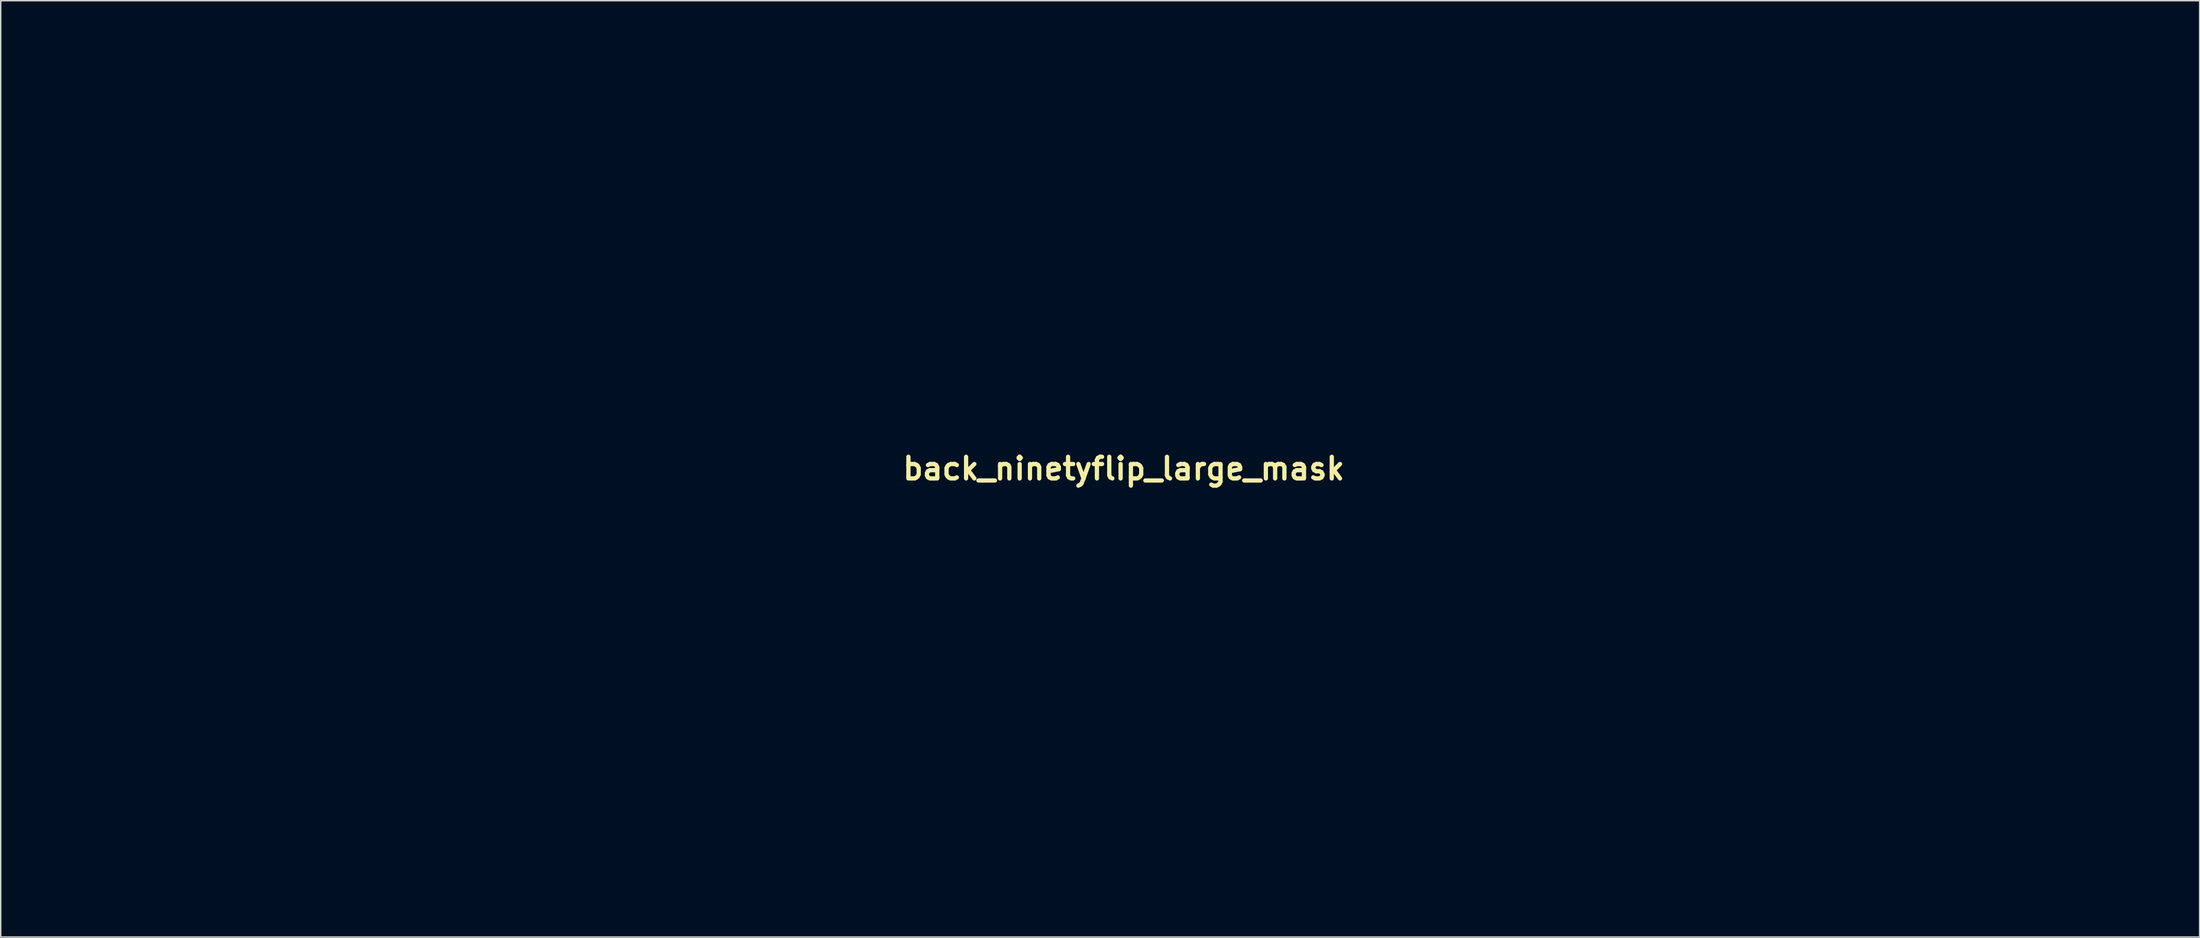
<source format=kicad_pcb>
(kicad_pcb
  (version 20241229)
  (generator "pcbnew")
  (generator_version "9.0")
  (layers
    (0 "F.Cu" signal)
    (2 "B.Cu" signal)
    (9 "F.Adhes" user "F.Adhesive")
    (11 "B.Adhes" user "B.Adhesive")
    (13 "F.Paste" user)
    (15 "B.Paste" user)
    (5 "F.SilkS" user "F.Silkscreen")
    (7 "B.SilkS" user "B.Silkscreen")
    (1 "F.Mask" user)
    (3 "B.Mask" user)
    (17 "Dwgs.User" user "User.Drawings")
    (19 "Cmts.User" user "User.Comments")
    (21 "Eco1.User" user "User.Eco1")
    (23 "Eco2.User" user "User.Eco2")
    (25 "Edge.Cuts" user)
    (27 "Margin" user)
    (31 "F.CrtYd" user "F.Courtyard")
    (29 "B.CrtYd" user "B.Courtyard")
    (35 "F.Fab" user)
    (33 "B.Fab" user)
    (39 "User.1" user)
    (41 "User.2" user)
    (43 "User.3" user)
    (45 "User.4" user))
  (footprint "back_ninetyflip_large_mask"
    (layer "F.Cu")
    (at 76.115 29.985)
    (property "Reference" "back_ninetyflip_large_mask" (at 0 0 0) (layer "F.SilkS") (effects (font (size 1.524 1.524) (thickness 0.3))))
    (attr through_hole)
    (fp_poly (pts (xy -6.618 15.383) (xy -10.911 15.383) (xy -10.911 2.683) (xy -6.618 2.683)) (stroke (width 0) (type solid)) (fill yes) (layer "F.Mask"))
    (fp_poly (pts (xy 59.654 0.626) (xy 57.4 0.733) (xy 57.454 -0.304) (xy 57.508 -1.342) (xy 59.654 -1.342)) (stroke (width 0) (type solid)) (fill yes) (layer "F.Mask"))
    (fp_poly (pts (xy -8.81 -1.57) (xy -6.529 -1.52) (xy -6.529 1.163) (xy -8.81 1.213) (xy -11.09 1.263) (xy -11.09 -1.621)) (stroke (width 0) (type solid)) (fill yes) (layer "F.Mask"))
    (fp_poly (pts (xy 33.212 19.624) (xy 33.27 19.855) (xy 33.144 20.154) (xy 32.913 20.213) (xy 32.614 20.086) (xy 32.555 19.855) (xy 32.681 19.556) (xy 32.913 19.497)) (stroke (width 0) (type solid)) (fill yes) (layer "F.Mask"))
    (fp_poly (pts (xy 59.565 15.383) (xy 58.575 15.383) (xy 57.919 15.342) (xy 57.554 15.224) (xy 57.5 15.158) (xy 57.48 14.931) (xy 57.465 14.39) (xy 57.455 13.578) (xy 57.45 12.539) (xy 57.449 11.315) (xy 57.454 9.952) (xy 57.461 8.942) (xy 57.508 2.951) (xy 58.536 2.898) (xy 59.565 2.844)) (stroke (width 0) (type solid)) (fill yes) (layer "F.Mask"))
    (fp_poly (pts (xy 33.061 20.949) (xy 33.162 21.048) (xy 33.224 21.286) (xy 33.256 21.719) (xy 33.269 22.406) (xy 33.27 23.164) (xy 33.267 24.092) (xy 33.251 24.72) (xy 33.213 25.107) (xy 33.144 25.31) (xy 33.034 25.389) (xy 32.913 25.4) (xy 32.764 25.38) (xy 32.664 25.28) (xy 32.602 25.042) (xy 32.569 24.609) (xy 32.557 23.922) (xy 32.555 23.164) (xy 32.558 22.236) (xy 32.574 21.608) (xy 32.612 21.221) (xy 32.681 21.018) (xy 32.791 20.94) (xy 32.913 20.928)) (stroke (width 0) (type solid)) (fill yes) (layer "F.Mask"))
    (fp_poly (pts (xy 52.231 15.383) (xy 51.277 15.383) (xy 50.72 15.362) (xy 50.321 15.309) (xy 50.204 15.264) (xy 50.179 15.066) (xy 50.157 14.546) (xy 50.136 13.741) (xy 50.119 12.685) (xy 50.104 11.416) (xy 50.093 9.968) (xy 50.086 8.379) (xy 50.085 6.893) (xy 50.087 4.819) (xy 50.095 3.081) (xy 50.108 1.657) (xy 50.129 0.522) (xy 50.156 -0.343) (xy 50.191 -0.963) (xy 50.233 -1.359) (xy 50.285 -1.554) (xy 50.299 -1.574) (xy 50.596 -1.702) (xy 51.102 -1.779) (xy 51.372 -1.789) (xy 52.231 -1.789)) (stroke (width 0) (type solid)) (fill yes) (layer "F.Mask"))
    (fp_poly (pts (xy 41.987 19.334) (xy 42.081 19.415) (xy 42.145 19.612) (xy 42.184 19.973) (xy 42.205 20.549) (xy 42.213 21.391) (xy 42.214 22.359) (xy 42.212 23.467) (xy 42.203 24.267) (xy 42.18 24.81) (xy 42.137 25.144) (xy 42.069 25.321) (xy 41.97 25.389) (xy 41.856 25.4) (xy 41.726 25.384) (xy 41.632 25.303) (xy 41.568 25.107) (xy 41.529 24.745) (xy 41.508 24.169) (xy 41.5 23.327) (xy 41.499 22.359) (xy 41.5 21.251) (xy 41.51 20.451) (xy 41.533 19.909) (xy 41.576 19.574) (xy 41.643 19.398) (xy 41.742 19.329) (xy 41.856 19.318)) (stroke (width 0) (type solid)) (fill yes) (layer "F.Mask"))
    (fp_poly (pts (xy 36.414 20.942) (xy 36.721 21) (xy 36.822 21.126) (xy 36.815 21.241) (xy 36.675 21.451) (xy 36.305 21.568) (xy 35.907 21.609) (xy 35.059 21.663) (xy 35.059 24.665) (xy 35.907 24.719) (xy 36.466 24.792) (xy 36.746 24.938) (xy 36.815 25.087) (xy 36.801 25.264) (xy 36.624 25.359) (xy 36.208 25.396) (xy 35.824 25.4) (xy 35.217 25.365) (xy 34.746 25.276) (xy 34.558 25.185) (xy 34.445 24.878) (xy 34.372 24.241) (xy 34.344 23.298) (xy 34.344 23.164) (xy 34.367 22.186) (xy 34.434 21.51) (xy 34.542 21.162) (xy 34.558 21.143) (xy 34.845 21.026) (xy 35.362 20.948) (xy 35.824 20.928)) (stroke (width 0) (type solid)) (fill yes) (layer "F.Mask"))
    (fp_poly (pts (xy 44.37 -1.572) (xy 46.06 -1.52) (xy 46.06 0.268) (xy 44.718 0.358) (xy 43.377 0.447) (xy 43.271 2.847) (xy 44.666 2.899) (xy 46.06 2.951) (xy 46.06 4.561) (xy 44.676 4.613) (xy 43.293 4.666) (xy 43.245 9.98) (xy 43.198 15.294) (xy 42.169 15.347) (xy 41.141 15.401) (xy 41.141 4.83) (xy 40.56 4.827) (xy 39.967 4.766) (xy 39.653 4.544) (xy 39.553 4.091) (xy 39.564 3.739) (xy 39.62 2.951) (xy 40.381 2.896) (xy 41.141 2.841) (xy 41.141 1.322) (xy 41.183 0.255) (xy 41.337 -0.525) (xy 41.65 -1.059) (xy 42.164 -1.386) (xy 42.926 -1.547) (xy 43.979 -1.581)) (stroke (width 0) (type solid)) (fill yes) (layer "F.Mask"))
    (fp_poly (pts (xy -38.861 -12.297) (xy -35.508 -8.944) (xy -44.447 0) (xy -39.978 4.472) (xy -35.508 8.944) (xy -38.861 12.297) (xy -42.213 15.649) (xy -51.158 6.71) (xy -55.586 11.136) (xy -56.62 12.167) (xy -57.573 13.112) (xy -58.416 13.944) (xy -59.121 14.633) (xy -59.656 15.152) (xy -59.994 15.47) (xy -60.105 15.562) (xy -60.25 15.441) (xy -60.613 15.099) (xy -61.16 14.569) (xy -61.857 13.886) (xy -62.669 13.082) (xy -63.5 12.253) (xy -66.806 8.943) (xy -62.337 4.472) (xy -57.868 0) (xy -66.807 -8.944) (xy -63.455 -12.297) (xy -60.102 -15.649) (xy -55.63 -11.18) (xy -51.158 -6.71) (xy -46.686 -11.18) (xy -42.213 -15.649)) (stroke (width 0) (type solid)) (fill yes) (layer "F.Mask"))
    (fp_poly (pts (xy 71.841 21.055) (xy 71.907 21.286) (xy 71.829 21.577) (xy 71.72 21.644) (xy 71.487 21.767) (xy 71.158 22.07) (xy 71.099 22.136) (xy 70.873 22.438) (xy 70.742 22.778) (xy 70.679 23.26) (xy 70.661 23.991) (xy 70.661 24.014) (xy 70.65 24.713) (xy 70.612 25.128) (xy 70.527 25.331) (xy 70.377 25.396) (xy 70.292 25.4) (xy 70.14 25.382) (xy 70.039 25.288) (xy 69.982 25.06) (xy 69.96 24.639) (xy 69.963 23.965) (xy 69.979 23.223) (xy 70.016 22.2) (xy 70.074 21.504) (xy 70.157 21.104) (xy 70.253 20.973) (xy 70.475 21.06) (xy 70.628 21.309) (xy 70.78 21.72) (xy 70.992 21.324) (xy 71.271 21.021) (xy 71.593 20.93)) (stroke (width 0) (type solid)) (fill yes) (layer "F.Mask"))
    (fp_poly (pts (xy 39.586 20.964) (xy 40.044 21.058) (xy 40.211 21.143) (xy 40.324 21.45) (xy 40.397 22.087) (xy 40.425 23.03) (xy 40.425 23.164) (xy 40.402 24.143) (xy 40.335 24.818) (xy 40.227 25.167) (xy 40.211 25.185) (xy 39.897 25.315) (xy 39.365 25.383) (xy 38.752 25.39) (xy 38.192 25.335) (xy 37.82 25.218) (xy 37.778 25.185) (xy 37.665 24.878) (xy 37.592 24.241) (xy 37.564 23.298) (xy 37.563 23.164) (xy 37.586 22.186) (xy 37.64 21.644) (xy 38.279 21.644) (xy 38.279 24.685) (xy 39.71 24.685) (xy 39.71 21.644) (xy 38.279 21.644) (xy 37.64 21.644) (xy 37.654 21.51) (xy 37.762 21.162) (xy 37.778 21.143) (xy 38.067 21.024) (xy 38.58 20.946) (xy 38.994 20.928)) (stroke (width 0) (type solid)) (fill yes) (layer "F.Mask"))
    (fp_poly (pts (xy 57.166 20.175) (xy 57.239 20.468) (xy 57.295 20.796) (xy 57.534 20.917) (xy 57.776 20.928) (xy 58.199 21.006) (xy 58.313 21.201) (xy 58.152 21.435) (xy 57.776 21.581) (xy 57.239 21.688) (xy 57.239 24.685) (xy 57.776 24.685) (xy 58.169 24.741) (xy 58.307 24.95) (xy 58.313 25.042) (xy 58.249 25.281) (xy 57.995 25.383) (xy 57.633 25.4) (xy 57.132 25.347) (xy 56.775 25.215) (xy 56.739 25.185) (xy 56.624 24.88) (xy 56.551 24.26) (xy 56.524 23.365) (xy 56.524 23.328) (xy 56.517 22.548) (xy 56.487 22.055) (xy 56.418 21.776) (xy 56.297 21.641) (xy 56.166 21.592) (xy 55.881 21.405) (xy 55.822 21.147) (xy 55.994 20.956) (xy 56.154 20.928) (xy 56.464 20.777) (xy 56.556 20.528) (xy 56.708 20.175) (xy 56.951 20.054)) (stroke (width 0) (type solid)) (fill yes) (layer "F.Mask"))
    (fp_poly (pts (xy 63.128 19.344) (xy 63.233 19.463) (xy 63.291 19.742) (xy 63.316 20.247) (xy 63.321 21.043) (xy 63.321 22.789) (xy 63.992 21.864) (xy 64.495 21.258) (xy 64.901 20.967) (xy 65.065 20.933) (xy 65.38 20.966) (xy 65.468 21.025) (xy 65.368 21.206) (xy 65.105 21.589) (xy 64.736 22.091) (xy 64.724 22.108) (xy 63.979 23.093) (xy 64.724 24.149) (xy 65.088 24.677) (xy 65.353 25.087) (xy 65.467 25.295) (xy 65.468 25.302) (xy 65.316 25.378) (xy 65.065 25.398) (xy 64.753 25.287) (xy 64.393 24.93) (xy 63.994 24.369) (xy 63.325 23.343) (xy 63.323 24.371) (xy 63.308 24.956) (xy 63.245 25.266) (xy 63.106 25.385) (xy 62.963 25.4) (xy 62.833 25.384) (xy 62.739 25.303) (xy 62.675 25.107) (xy 62.636 24.745) (xy 62.615 24.169) (xy 62.607 23.327) (xy 62.606 22.359) (xy 62.608 21.251) (xy 62.617 20.451) (xy 62.64 19.909) (xy 62.683 19.574) (xy 62.75 19.398) (xy 62.849 19.329) (xy 62.963 19.318)) (stroke (width 0) (type solid)) (fill yes) (layer "F.Mask"))
    (fp_poly (pts (xy -13.427 2.559) (xy -12.836 2.727) (xy -12.721 2.796) (xy -12.479 2.986) (xy -12.284 3.206) (xy -12.13 3.495) (xy -12.013 3.892) (xy -11.928 4.434) (xy -11.87 5.158) (xy -11.833 6.105) (xy -11.814 7.31) (xy -11.806 8.814) (xy -11.806 9.832) (xy -11.806 15.383) (xy -16.099 15.383) (xy -16.101 11.224) (xy -16.108 10.03) (xy -16.127 8.95) (xy -16.154 8.036) (xy -16.189 7.343) (xy -16.23 6.923) (xy -16.255 6.827) (xy -16.478 6.685) (xy -16.927 6.675) (xy -17.236 6.713) (xy -18.066 6.838) (xy -18.066 15.383) (xy -22.364 15.383) (xy -22.317 9.078) (xy -22.27 2.773) (xy -20.66 2.638) (xy -19.807 2.581) (xy -19.239 2.605) (xy -18.887 2.747) (xy -18.682 3.044) (xy -18.553 3.533) (xy -18.511 3.773) (xy -18.401 4.214) (xy -18.272 4.456) (xy -18.236 4.472) (xy -18.015 4.363) (xy -17.648 4.091) (xy -17.491 3.958) (xy -16.706 3.307) (xy -16.065 2.879) (xy -15.475 2.632) (xy -14.843 2.522) (xy -14.325 2.504)) (stroke (width 0) (type solid)) (fill yes) (layer "F.Mask"))
    (fp_poly (pts (xy 3.387 2.559) (xy 3.978 2.727) (xy 4.093 2.796) (xy 4.335 2.986) (xy 4.53 3.206) (xy 4.684 3.495) (xy 4.801 3.892) (xy 4.886 4.434) (xy 4.944 5.158) (xy 4.981 6.105) (xy 5 7.31) (xy 5.008 8.814) (xy 5.008 9.832) (xy 5.008 15.383) (xy 0.715 15.383) (xy 0.713 11.224) (xy 0.706 10.03) (xy 0.687 8.95) (xy 0.66 8.036) (xy 0.625 7.343) (xy 0.584 6.923) (xy 0.559 6.827) (xy 0.336 6.685) (xy -0.113 6.675) (xy -0.422 6.713) (xy -1.252 6.838) (xy -1.252 15.383) (xy -5.55 15.383) (xy -5.503 9.078) (xy -5.456 2.773) (xy -3.846 2.638) (xy -2.993 2.581) (xy -2.425 2.605) (xy -2.073 2.747) (xy -1.868 3.044) (xy -1.739 3.533) (xy -1.697 3.773) (xy -1.587 4.214) (xy -1.457 4.456) (xy -1.421 4.472) (xy -1.201 4.363) (xy -0.834 4.091) (xy -0.677 3.958) (xy 0.109 3.307) (xy 0.749 2.879) (xy 1.339 2.632) (xy 1.971 2.522) (xy 2.489 2.504)) (stroke (width 0) (type solid)) (fill yes) (layer "F.Mask"))
    (fp_poly (pts (xy 29.276 21.004) (xy 29.365 21.095) (xy 29.566 21.164) (xy 30.018 21.101) (xy 30.157 21.066) (xy 30.677 20.942) (xy 31.039 20.93) (xy 31.272 21.075) (xy 31.405 21.424) (xy 31.465 22.024) (xy 31.481 22.921) (xy 31.482 23.248) (xy 31.478 24.155) (xy 31.461 24.764) (xy 31.421 25.134) (xy 31.347 25.324) (xy 31.23 25.392) (xy 31.124 25.4) (xy 30.964 25.376) (xy 30.861 25.264) (xy 30.801 24.999) (xy 30.774 24.518) (xy 30.766 23.759) (xy 30.766 23.518) (xy 30.766 21.637) (xy 30.274 21.745) (xy 29.829 21.849) (xy 29.559 21.921) (xy 29.443 22.091) (xy 29.371 22.535) (xy 29.338 23.288) (xy 29.335 23.695) (xy 29.33 24.486) (xy 29.304 24.986) (xy 29.245 25.261) (xy 29.138 25.377) (xy 28.977 25.4) (xy 28.829 25.38) (xy 28.728 25.28) (xy 28.667 25.042) (xy 28.634 24.609) (xy 28.622 23.922) (xy 28.62 23.164) (xy 28.623 22.235) (xy 28.64 21.606) (xy 28.679 21.219) (xy 28.749 21.015) (xy 28.858 20.938) (xy 28.963 20.928)) (stroke (width 0) (type solid)) (fill yes) (layer "F.Mask"))
    (fp_poly (pts (xy 53.066 21.004) (xy 53.155 21.095) (xy 53.356 21.164) (xy 53.808 21.101) (xy 53.948 21.066) (xy 54.478 20.94) (xy 54.845 20.929) (xy 55.076 21.077) (xy 55.201 21.433) (xy 55.245 22.043) (xy 55.239 22.952) (xy 55.233 23.205) (xy 55.182 25.311) (xy 54.154 25.264) (xy 53.125 25.218) (xy 53.125 26.024) (xy 53.102 26.528) (xy 53.005 26.766) (xy 52.795 26.831) (xy 52.768 26.831) (xy 52.636 26.815) (xy 52.541 26.732) (xy 52.477 26.532) (xy 52.438 26.164) (xy 52.418 25.578) (xy 52.411 24.723) (xy 52.41 23.88) (xy 52.411 23.252) (xy 53.125 23.252) (xy 53.129 23.909) (xy 53.187 24.293) (xy 53.375 24.491) (xy 53.765 24.588) (xy 54.333 24.658) (xy 54.449 24.562) (xy 54.521 24.214) (xy 54.553 23.572) (xy 54.556 23.15) (xy 54.556 21.615) (xy 53.975 21.74) (xy 53.542 21.845) (xy 53.288 21.986) (xy 53.167 22.248) (xy 53.128 22.719) (xy 53.125 23.252) (xy 52.411 23.252) (xy 52.412 22.789) (xy 52.423 22.006) (xy 52.448 21.48) (xy 52.493 21.16) (xy 52.564 20.995) (xy 52.667 20.935) (xy 52.753 20.928)) (stroke (width 0) (type solid)) (fill yes) (layer "F.Mask"))
    (fp_poly (pts (xy 44.961 20.945) (xy 45.48 21.03) (xy 45.78 21.183) (xy 45.897 21.51) (xy 45.943 22.043) (xy 45.936 22.3) (xy 45.881 23.163) (xy 44.942 23.413) (xy 44.397 23.576) (xy 44.116 23.737) (xy 44.014 23.963) (xy 44.003 24.174) (xy 44.021 24.466) (xy 44.136 24.618) (xy 44.435 24.675) (xy 44.987 24.685) (xy 45.555 24.7) (xy 45.851 24.767) (xy 45.96 24.917) (xy 45.97 25.042) (xy 45.933 25.238) (xy 45.768 25.346) (xy 45.394 25.392) (xy 44.844 25.4) (xy 44.196 25.367) (xy 43.705 25.28) (xy 43.502 25.185) (xy 43.388 24.878) (xy 43.316 24.241) (xy 43.288 23.298) (xy 43.287 23.164) (xy 43.308 22.27) (xy 44.003 22.27) (xy 44.045 22.698) (xy 44.224 22.872) (xy 44.621 22.841) (xy 44.852 22.783) (xy 45.163 22.59) (xy 45.255 22.178) (xy 45.255 22.159) (xy 45.218 21.813) (xy 45.034 21.67) (xy 44.629 21.644) (xy 44.209 21.671) (xy 44.037 21.828) (xy 44.003 22.222) (xy 44.003 22.27) (xy 43.308 22.27) (xy 43.31 22.186) (xy 43.377 21.51) (xy 43.486 21.162) (xy 43.502 21.143) (xy 43.833 20.999) (xy 44.366 20.934)) (stroke (width 0) (type solid)) (fill yes) (layer "F.Mask"))
    (fp_poly (pts (xy 60.702 20.945) (xy 61.221 21.03) (xy 61.521 21.183) (xy 61.638 21.51) (xy 61.684 22.043) (xy 61.677 22.3) (xy 61.622 23.163) (xy 60.683 23.413) (xy 60.138 23.576) (xy 59.857 23.737) (xy 59.755 23.963) (xy 59.744 24.174) (xy 59.762 24.466) (xy 59.877 24.618) (xy 60.176 24.675) (xy 60.727 24.685) (xy 61.296 24.7) (xy 61.592 24.767) (xy 61.701 24.917) (xy 61.711 25.042) (xy 61.674 25.238) (xy 61.508 25.346) (xy 61.135 25.392) (xy 60.584 25.4) (xy 59.937 25.367) (xy 59.445 25.28) (xy 59.243 25.185) (xy 59.129 24.878) (xy 59.057 24.241) (xy 59.029 23.298) (xy 59.028 23.164) (xy 59.049 22.27) (xy 59.744 22.27) (xy 59.785 22.698) (xy 59.965 22.872) (xy 60.362 22.841) (xy 60.593 22.783) (xy 60.904 22.59) (xy 60.996 22.178) (xy 60.996 22.159) (xy 60.959 21.813) (xy 60.775 21.67) (xy 60.37 21.644) (xy 59.95 21.671) (xy 59.778 21.828) (xy 59.744 22.222) (xy 59.744 22.27) (xy 59.049 22.27) (xy 59.051 22.186) (xy 59.118 21.51) (xy 59.227 21.162) (xy 59.243 21.143) (xy 59.574 20.999) (xy 60.107 20.934)) (stroke (width 0) (type solid)) (fill yes) (layer "F.Mask"))
    (fp_poly (pts (xy 50.521 20.966) (xy 50.995 21.073) (xy 51.125 21.157) (xy 51.206 21.422) (xy 51.276 21.96) (xy 51.327 22.687) (xy 51.349 23.341) (xy 51.35 24.305) (xy 51.307 24.948) (xy 51.208 25.304) (xy 51.041 25.406) (xy 50.797 25.29) (xy 50.726 25.234) (xy 50.378 25.126) (xy 50.005 25.217) (xy 49.309 25.388) (xy 48.819 25.287) (xy 48.689 25.185) (xy 48.566 24.893) (xy 48.488 24.383) (xy 48.476 24.073) (xy 49.19 24.073) (xy 49.21 24.494) (xy 49.334 24.644) (xy 49.661 24.612) (xy 49.771 24.588) (xy 50.21 24.48) (xy 50.48 24.388) (xy 50.487 24.385) (xy 50.59 24.165) (xy 50.621 23.869) (xy 50.58 23.587) (xy 50.391 23.462) (xy 49.953 23.432) (xy 49.906 23.432) (xy 49.448 23.451) (xy 49.244 23.569) (xy 49.192 23.877) (xy 49.19 24.073) (xy 48.476 24.073) (xy 48.475 24.045) (xy 48.53 23.336) (xy 48.731 22.924) (xy 49.13 22.759) (xy 49.781 22.792) (xy 49.815 22.797) (xy 50.621 22.918) (xy 50.621 21.644) (xy 49.637 21.644) (xy 49.069 21.628) (xy 48.773 21.561) (xy 48.664 21.411) (xy 48.654 21.286) (xy 48.69 21.091) (xy 48.854 20.983) (xy 49.225 20.937) (xy 49.794 20.928)) (stroke (width 0) (type solid)) (fill yes) (layer "F.Mask"))
    (fp_poly (pts (xy 68.051 20.966) (xy 68.525 21.073) (xy 68.655 21.157) (xy 68.735 21.422) (xy 68.806 21.96) (xy 68.857 22.687) (xy 68.879 23.341) (xy 68.88 24.305) (xy 68.836 24.948) (xy 68.737 25.304) (xy 68.571 25.406) (xy 68.327 25.29) (xy 68.256 25.234) (xy 67.908 25.126) (xy 67.535 25.217) (xy 66.839 25.388) (xy 66.348 25.287) (xy 66.219 25.185) (xy 66.096 24.893) (xy 66.018 24.383) (xy 66.005 24.073) (xy 66.72 24.073) (xy 66.739 24.494) (xy 66.863 24.644) (xy 67.19 24.612) (xy 67.301 24.588) (xy 67.74 24.48) (xy 68.01 24.388) (xy 68.017 24.385) (xy 68.12 24.165) (xy 68.151 23.869) (xy 68.11 23.587) (xy 67.921 23.462) (xy 67.483 23.432) (xy 67.435 23.432) (xy 66.977 23.451) (xy 66.774 23.569) (xy 66.721 23.877) (xy 66.72 24.073) (xy 66.005 24.073) (xy 66.004 24.045) (xy 66.059 23.336) (xy 66.26 22.924) (xy 66.659 22.759) (xy 67.31 22.792) (xy 67.344 22.797) (xy 68.151 22.918) (xy 68.151 21.644) (xy 67.167 21.644) (xy 66.598 21.628) (xy 66.302 21.561) (xy 66.194 21.411) (xy 66.183 21.286) (xy 66.22 21.091) (xy 66.384 20.983) (xy 66.754 20.937) (xy 67.324 20.928)) (stroke (width 0) (type solid)) (fill yes) (layer "F.Mask"))
    (fp_poly (pts (xy 71.459 2.74) (xy 72.032 2.997) (xy 72.279 3.206) (xy 72.801 3.729) (xy 72.801 9.031) (xy 72.799 10.628) (xy 72.789 11.907) (xy 72.767 12.907) (xy 72.729 13.67) (xy 72.669 14.235) (xy 72.584 14.641) (xy 72.47 14.928) (xy 72.321 15.137) (xy 72.134 15.308) (xy 72.101 15.333) (xy 71.615 15.509) (xy 70.838 15.532) (xy 69.802 15.404) (xy 68.553 15.13) (xy 66.899 14.705) (xy 66.899 19.139) (xy 65.945 19.139) (xy 65.388 19.119) (xy 64.989 19.066) (xy 64.871 19.02) (xy 64.847 18.822) (xy 64.824 18.303) (xy 64.803 17.499) (xy 64.785 16.448) (xy 64.77 15.185) (xy 64.76 13.748) (xy 64.753 12.174) (xy 64.752 10.966) (xy 64.752 9.299) (xy 66.899 9.299) (xy 66.899 13.029) (xy 68.106 13.146) (xy 68.744 13.215) (xy 69.243 13.281) (xy 69.492 13.329) (xy 69.797 13.368) (xy 70.118 13.361) (xy 70.565 13.326) (xy 70.613 9.078) (xy 70.627 7.739) (xy 70.633 6.716) (xy 70.628 5.965) (xy 70.609 5.446) (xy 70.573 5.115) (xy 70.517 4.93) (xy 70.438 4.849) (xy 70.332 4.83) (xy 70.312 4.83) (xy 69.98 4.869) (xy 69.413 4.97) (xy 68.722 5.112) (xy 68.019 5.269) (xy 67.416 5.419) (xy 67.212 5.476) (xy 67.107 5.534) (xy 67.028 5.668) (xy 66.972 5.923) (xy 66.935 6.346) (xy 66.913 6.982) (xy 66.902 7.876) (xy 66.899 9.075) (xy 66.899 9.299) (xy 64.752 9.299) (xy 64.752 3.032) (xy 65.234 2.849) (xy 65.875 2.703) (xy 66.373 2.779) (xy 66.656 3.061) (xy 66.689 3.186) (xy 66.817 3.542) (xy 66.96 3.681) (xy 67.214 3.659) (xy 67.712 3.532) (xy 68.363 3.324) (xy 68.65 3.223) (xy 69.814 2.852) (xy 70.735 2.692)) (stroke (width 0) (type solid)) (fill yes) (layer "F.Mask"))
    (fp_poly (pts (xy 12.12 2.516) (xy 13.117 2.558) (xy 13.866 2.644) (xy 14.425 2.788) (xy 14.848 3.003) (xy 15.191 3.304) (xy 15.46 3.635) (xy 15.623 3.904) (xy 15.736 4.239) (xy 15.81 4.712) (xy 15.859 5.4) (xy 15.89 6.289) (xy 15.912 7.386) (xy 15.898 8.185) (xy 15.84 8.745) (xy 15.725 9.127) (xy 15.545 9.389) (xy 15.312 9.574) (xy 15.037 9.679) (xy 14.494 9.834) (xy 13.766 10.019) (xy 12.937 10.215) (xy 12.089 10.403) (xy 11.307 10.565) (xy 10.673 10.68) (xy 10.271 10.731) (xy 10.237 10.732) (xy 10.209 10.888) (xy 10.225 11.268) (xy 10.229 11.314) (xy 10.285 11.895) (xy 13.013 11.944) (xy 15.741 11.994) (xy 15.741 13.605) (xy 15.721 14.472) (xy 15.661 15.015) (xy 15.554 15.264) (xy 15.517 15.285) (xy 15.209 15.328) (xy 14.613 15.366) (xy 13.8 15.399) (xy 12.84 15.426) (xy 11.804 15.445) (xy 10.762 15.456) (xy 9.784 15.458) (xy 8.941 15.45) (xy 8.303 15.43) (xy 7.94 15.398) (xy 7.92 15.394) (xy 7.346 15.191) (xy 6.876 14.946) (xy 6.597 14.737) (xy 6.377 14.489) (xy 6.209 14.16) (xy 6.085 13.707) (xy 6 13.089) (xy 5.946 12.263) (xy 5.916 11.188) (xy 5.905 9.821) (xy 5.903 8.905) (xy 5.905 8.09) (xy 10.196 8.09) (xy 11.045 7.965) (xy 11.576 7.865) (xy 11.953 7.751) (xy 12.04 7.702) (xy 12.114 7.455) (xy 12.14 6.984) (xy 12.129 6.688) (xy 12.074 5.813) (xy 11.135 5.759) (xy 10.196 5.705) (xy 10.196 8.09) (xy 5.905 8.09) (xy 5.905 7.505) (xy 5.913 6.416) (xy 5.929 5.591) (xy 5.958 4.985) (xy 6.002 4.549) (xy 6.064 4.238) (xy 6.148 4.005) (xy 6.258 3.802) (xy 6.26 3.799) (xy 6.556 3.363) (xy 6.877 3.036) (xy 7.277 2.804) (xy 7.811 2.65) (xy 8.535 2.56) (xy 9.504 2.517) (xy 10.773 2.505) (xy 10.822 2.505)) (stroke (width 0) (type solid)) (fill yes) (layer "F.Mask"))
    (fp_poly (pts (xy -66.77 -17.729) (xy -66.048 -17.283) (xy -65.544 -16.595) (xy -65.303 -15.711) (xy -65.289 -15.41) (xy -65.308 -14.936) (xy -65.4 -14.558) (xy -65.613 -14.173) (xy -65.996 -13.676) (xy -66.243 -13.381) (xy -67.399 -11.911) (xy -68.404 -10.425) (xy -69.136 -9.129) (xy -70.177 -6.669) (xy -70.878 -4.142) (xy -71.245 -1.577) (xy -71.282 0.995) (xy -70.993 3.543) (xy -70.382 6.035) (xy -69.455 8.442) (xy -68.214 10.733) (xy -66.665 12.876) (xy -65.903 13.746) (xy -64.083 15.459) (xy -62.023 16.945) (xy -59.778 18.181) (xy -57.398 19.146) (xy -54.938 19.814) (xy -52.45 20.164) (xy -51.167 20.212) (xy -50.014 20.213) (xy -50.845 19.686) (xy -51.641 19.018) (xy -52.104 18.246) (xy -52.226 17.392) (xy -52 16.477) (xy -51.946 16.357) (xy -51.507 15.79) (xy -50.855 15.355) (xy -50.12 15.116) (xy -49.506 15.122) (xy -49.18 15.245) (xy -48.604 15.518) (xy -47.836 15.906) (xy -46.932 16.38) (xy -45.953 16.907) (xy -44.956 17.455) (xy -43.998 17.994) (xy -43.14 18.49) (xy -42.438 18.912) (xy -41.95 19.229) (xy -41.882 19.278) (xy -41.301 19.878) (xy -40.935 20.607) (xy -40.835 21.35) (xy -40.859 21.533) (xy -40.986 21.84) (xy -41.275 22.392) (xy -41.693 23.132) (xy -42.207 24.006) (xy -42.783 24.959) (xy -43.386 25.936) (xy -43.983 26.881) (xy -44.54 27.741) (xy -45.024 28.46) (xy -45.4 28.983) (xy -45.58 29.202) (xy -46.078 29.594) (xy -46.652 29.865) (xy -46.676 29.872) (xy -47.114 29.99) (xy -47.389 30.02) (xy -47.683 29.962) (xy -48.002 29.867) (xy -48.784 29.455) (xy -49.353 28.759) (xy -49.483 28.491) (xy -49.671 27.938) (xy -49.71 27.433) (xy -49.581 26.891) (xy -49.267 26.226) (xy -48.835 25.494) (xy -48.501 24.953) (xy -51.305 24.934) (xy -54.268 24.764) (xy -57.065 24.29) (xy -59.731 23.499) (xy -62.303 22.38) (xy -64.819 20.922) (xy -65.105 20.733) (xy -67.432 18.971) (xy -69.493 16.993) (xy -71.283 14.825) (xy -72.799 12.494) (xy -74.036 10.028) (xy -74.99 7.452) (xy -75.657 4.795) (xy -76.033 2.082) (xy -76.115 -0.66) (xy -75.897 -3.403) (xy -75.375 -6.121) (xy -74.547 -8.786) (xy -73.406 -11.373) (xy -71.951 -13.854) (xy -70.655 -15.622) (xy -69.837 -16.582) (xy -69.141 -17.255) (xy -68.526 -17.672) (xy -67.951 -17.865) (xy -67.668 -17.887)) (stroke (width 0) (type solid)) (fill yes) (layer "F.Mask"))
    (fp_poly (pts (xy -54.479 -29.922) (xy -53.761 -29.626) (xy -53.161 -29.125) (xy -52.747 -28.448) (xy -52.589 -27.623) (xy -52.589 -27.604) (xy -52.714 -26.891) (xy -53.104 -26.047) (xy -53.2 -25.884) (xy -53.811 -24.869) (xy -52.261 -24.978) (xy -49.997 -24.991) (xy -47.601 -24.739) (xy -45.156 -24.243) (xy -42.747 -23.523) (xy -40.456 -22.599) (xy -38.726 -21.704) (xy -36.191 -20.037) (xy -33.913 -18.126) (xy -31.902 -15.982) (xy -30.166 -13.618) (xy -28.715 -11.047) (xy -27.557 -8.279) (xy -26.701 -5.329) (xy -26.617 -4.953) (xy -26.384 -3.509) (xy -26.244 -1.834) (xy -26.197 -0.04) (xy -26.243 1.758) (xy -26.381 3.448) (xy -26.613 4.915) (xy -26.621 4.953) (xy -27.326 7.58) (xy -28.279 10.106) (xy -29.454 12.474) (xy -30.819 14.623) (xy -32.23 16.368) (xy -33.059 17.181) (xy -33.796 17.68) (xy -34.49 17.883) (xy -35.188 17.805) (xy -35.764 17.56) (xy -36.379 17.056) (xy -36.808 16.359) (xy -37.016 15.575) (xy -36.967 14.808) (xy -36.828 14.452) (xy -36.625 14.148) (xy -36.257 13.662) (xy -35.791 13.081) (xy -35.621 12.877) (xy -34.077 10.762) (xy -32.839 8.49) (xy -31.912 6.095) (xy -31.299 3.61) (xy -31.004 1.069) (xy -31.031 -1.493) (xy -31.384 -4.042) (xy -32.067 -6.546) (xy -33.083 -8.968) (xy -34.436 -11.286) (xy -36.051 -13.373) (xy -37.909 -15.211) (xy -39.986 -16.787) (xy -42.263 -18.084) (xy -44.717 -19.088) (xy -47.327 -19.782) (xy -48.369 -19.964) (xy -49.262 -20.076) (xy -50.151 -20.152) (xy -50.894 -20.181) (xy -51.141 -20.176) (xy -52.142 -20.123) (xy -51.381 -19.688) (xy -50.689 -19.129) (xy -50.201 -18.408) (xy -49.967 -17.62) (xy -49.983 -17.082) (xy -50.285 -16.315) (xy -50.83 -15.68) (xy -51.532 -15.238) (xy -52.305 -15.052) (xy -52.744 -15.083) (xy -53.036 -15.197) (xy -53.581 -15.459) (xy -54.324 -15.84) (xy -55.209 -16.307) (xy -56.18 -16.831) (xy -57.181 -17.381) (xy -58.156 -17.925) (xy -59.05 -18.434) (xy -59.805 -18.877) (xy -60.367 -19.222) (xy -60.679 -19.44) (xy -60.688 -19.448) (xy -61.143 -20.039) (xy -61.413 -20.767) (xy -61.443 -21.476) (xy -61.433 -21.528) (xy -61.308 -21.823) (xy -61.02 -22.363) (xy -60.603 -23.094) (xy -60.09 -23.962) (xy -59.515 -24.913) (xy -58.91 -25.892) (xy -58.309 -26.846) (xy -57.747 -27.72) (xy -57.255 -28.46) (xy -56.867 -29.012) (xy -56.645 -29.294) (xy -55.99 -29.785) (xy -55.245 -29.985)) (stroke (width 0) (type solid)) (fill yes) (layer "F.Mask"))
    (fp_poly (pts (xy 22.18 2.683) (xy 23.388 2.697) (xy 24.059 2.7) (xy 24.964 2.699) (xy 25.976 2.693) (xy 26.858 2.685) (xy 27.911 2.688) (xy 28.676 2.724) (xy 29.127 2.792) (xy 29.239 2.85) (xy 29.316 3.102) (xy 29.434 3.638) (xy 29.579 4.388) (xy 29.74 5.282) (xy 29.906 6.251) (xy 30.062 7.223) (xy 30.199 8.13) (xy 30.303 8.901) (xy 30.343 9.251) (xy 30.467 10.464) (xy 31.061 7.513) (xy 31.277 6.453) (xy 31.49 5.446) (xy 31.68 4.574) (xy 31.829 3.92) (xy 31.892 3.667) (xy 32.131 2.773) (xy 34.221 2.722) (xy 35.122 2.706) (xy 35.724 2.714) (xy 36.084 2.751) (xy 36.261 2.826) (xy 36.311 2.944) (xy 36.311 2.959) (xy 36.263 3.239) (xy 36.126 3.816) (xy 35.915 4.644) (xy 35.641 5.678) (xy 35.317 6.872) (xy 34.958 8.18) (xy 34.574 9.555) (xy 34.18 10.953) (xy 33.789 12.327) (xy 33.412 13.631) (xy 33.064 14.819) (xy 32.757 15.846) (xy 32.504 16.666) (xy 32.318 17.233) (xy 32.219 17.486) (xy 31.627 18.312) (xy 30.813 18.883) (xy 29.76 19.209) (xy 28.459 19.297) (xy 27.751 19.268) (xy 27.109 19.215) (xy 26.742 19.161) (xy 26.205 19.046) (xy 26.205 16.188) (xy 27.308 16.135) (xy 28.008 16.074) (xy 28.446 15.929) (xy 28.713 15.636) (xy 28.903 15.129) (xy 28.939 14.999) (xy 29.037 14.57) (xy 28.979 14.365) (xy 28.717 14.267) (xy 28.622 14.248) (xy 28.418 14.186) (xy 28.248 14.055) (xy 28.087 13.802) (xy 27.905 13.37) (xy 27.675 12.704) (xy 27.375 11.77) (xy 27.045 10.727) (xy 26.646 9.476) (xy 26.221 8.15) (xy 25.814 6.883) (xy 25.671 6.439) (xy 24.717 3.488) (xy 24.701 4.612) (xy 24.685 5.206) (xy 24.612 5.574) (xy 24.409 5.781) (xy 24.006 5.894) (xy 23.329 5.979) (xy 23.209 5.992) (xy 22.18 6.107) (xy 22.18 8.831) (xy 22.193 10.053) (xy 22.231 10.937) (xy 22.297 11.501) (xy 22.391 11.766) (xy 22.395 11.77) (xy 22.682 11.887) (xy 23.197 11.965) (xy 23.647 11.985) (xy 24.685 11.985) (xy 24.685 13.499) (xy 24.674 14.255) (xy 24.633 14.732) (xy 24.545 15.01) (xy 24.394 15.166) (xy 24.339 15.198) (xy 24.024 15.273) (xy 23.442 15.334) (xy 22.681 15.373) (xy 22.007 15.383) (xy 20.876 15.358) (xy 20.026 15.27) (xy 19.386 15.098) (xy 18.881 14.823) (xy 18.439 14.425) (xy 18.424 14.408) (xy 18.278 14.242) (xy 18.167 14.068) (xy 18.086 13.838) (xy 18.028 13.5) (xy 17.989 13.007) (xy 17.962 12.308) (xy 17.942 11.353) (xy 17.924 10.093) (xy 17.922 10.003) (xy 17.868 6.082) (xy 16.456 6.082) (xy 16.456 2.683) (xy 18.196 2.683) (xy 18.418 1.297) (xy 18.546 0.608) (xy 18.683 0.047) (xy 18.803 -0.285) (xy 18.822 -0.313) (xy 19.126 -0.443) (xy 19.779 -0.517) (xy 20.592 -0.537) (xy 22.18 -0.537)) (stroke (width 0) (type solid)) (fill yes) (layer "F.Mask")))
  (gr_rect
    (start -3 -3)
    (end 151.916 63.005)
    (stroke (width 0.1) (type default))
    (fill no)
    (layer "Edge.Cuts")))
</source>
